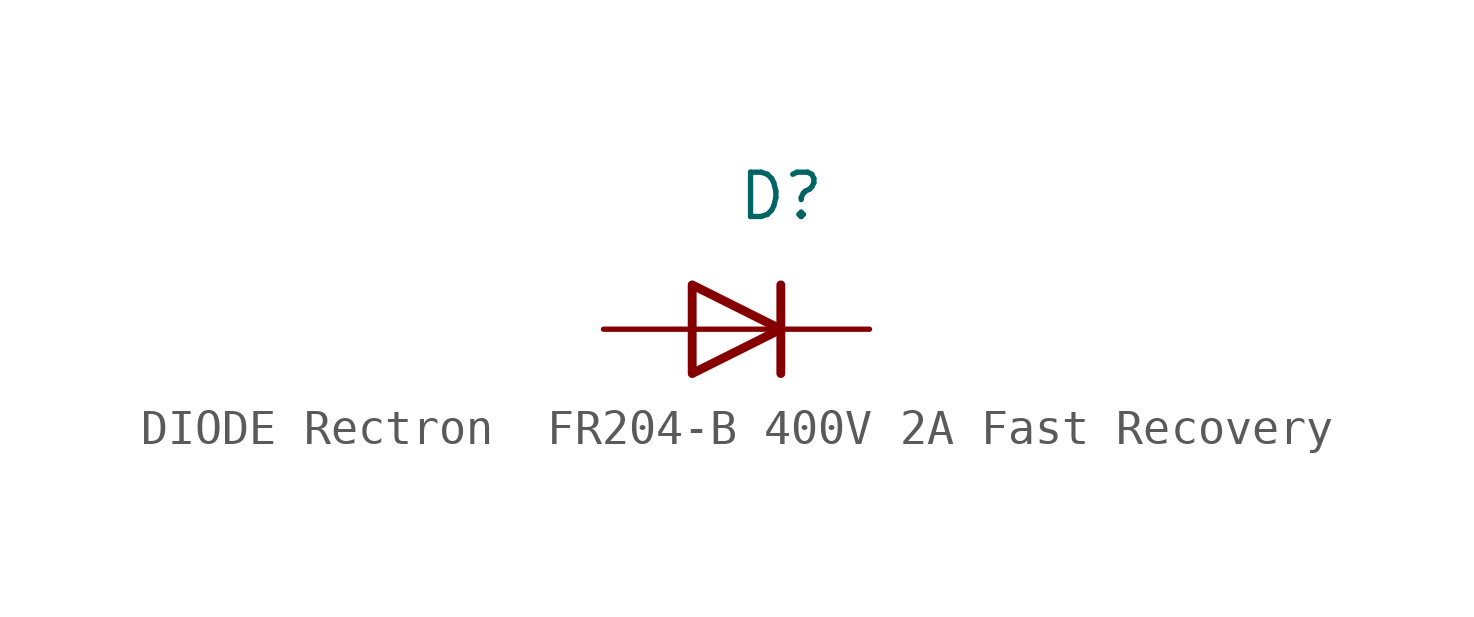
<source format=kicad_sym>
(kicad_symbol_lib
  (version 20241209)
  (generator "kicad_symbol_editor")
  (generator_version "9.0")
  (symbol "DIODE Rectron  FR204-B 400V 2A Fast Recovery"
    (pin_numbers
      (hide yes))
    (pin_names
      (offset 0)
      (hide yes))
    (property "Reference" "D"
      (at -3.81 3.81 0)
      (effects (font (size 1.27 1.27)) (justify left)))
    (symbol "DIODE Rectron  FR204-B 400V 2A Fast Recovery_0_1"
      (polyline (pts (xy -5.08 0) (xy -2.54 0)) (stroke (width 0) (type default)) (fill (type none)))
      (polyline (pts (xy -5.08 -1.27) (xy -5.08 1.27) (xy -2.54 0) (xy -5.08 -1.27)) (stroke (width 0.254) (type default)) (fill (type none)))
      (polyline (pts (xy -2.54 -1.27) (xy -2.54 1.27)) (stroke (width 0.254) (type default)) (fill (type none))))
    (symbol "DIODE Rectron  FR204-B 400V 2A Fast Recovery_1_1"
      (pin passive line (at -7.62 0 0) (length 2.54) (name "A" (effects (font (size 1.27 1.27)))) (number "2" (effects (font (size 1.27 1.27)))))
      (pin passive line (at 0 0 180) (length 2.54) (name "K" (effects (font (size 1.27 1.27)))) (number "1" (effects (font (size 1.27 1.27))))))))
</source>
